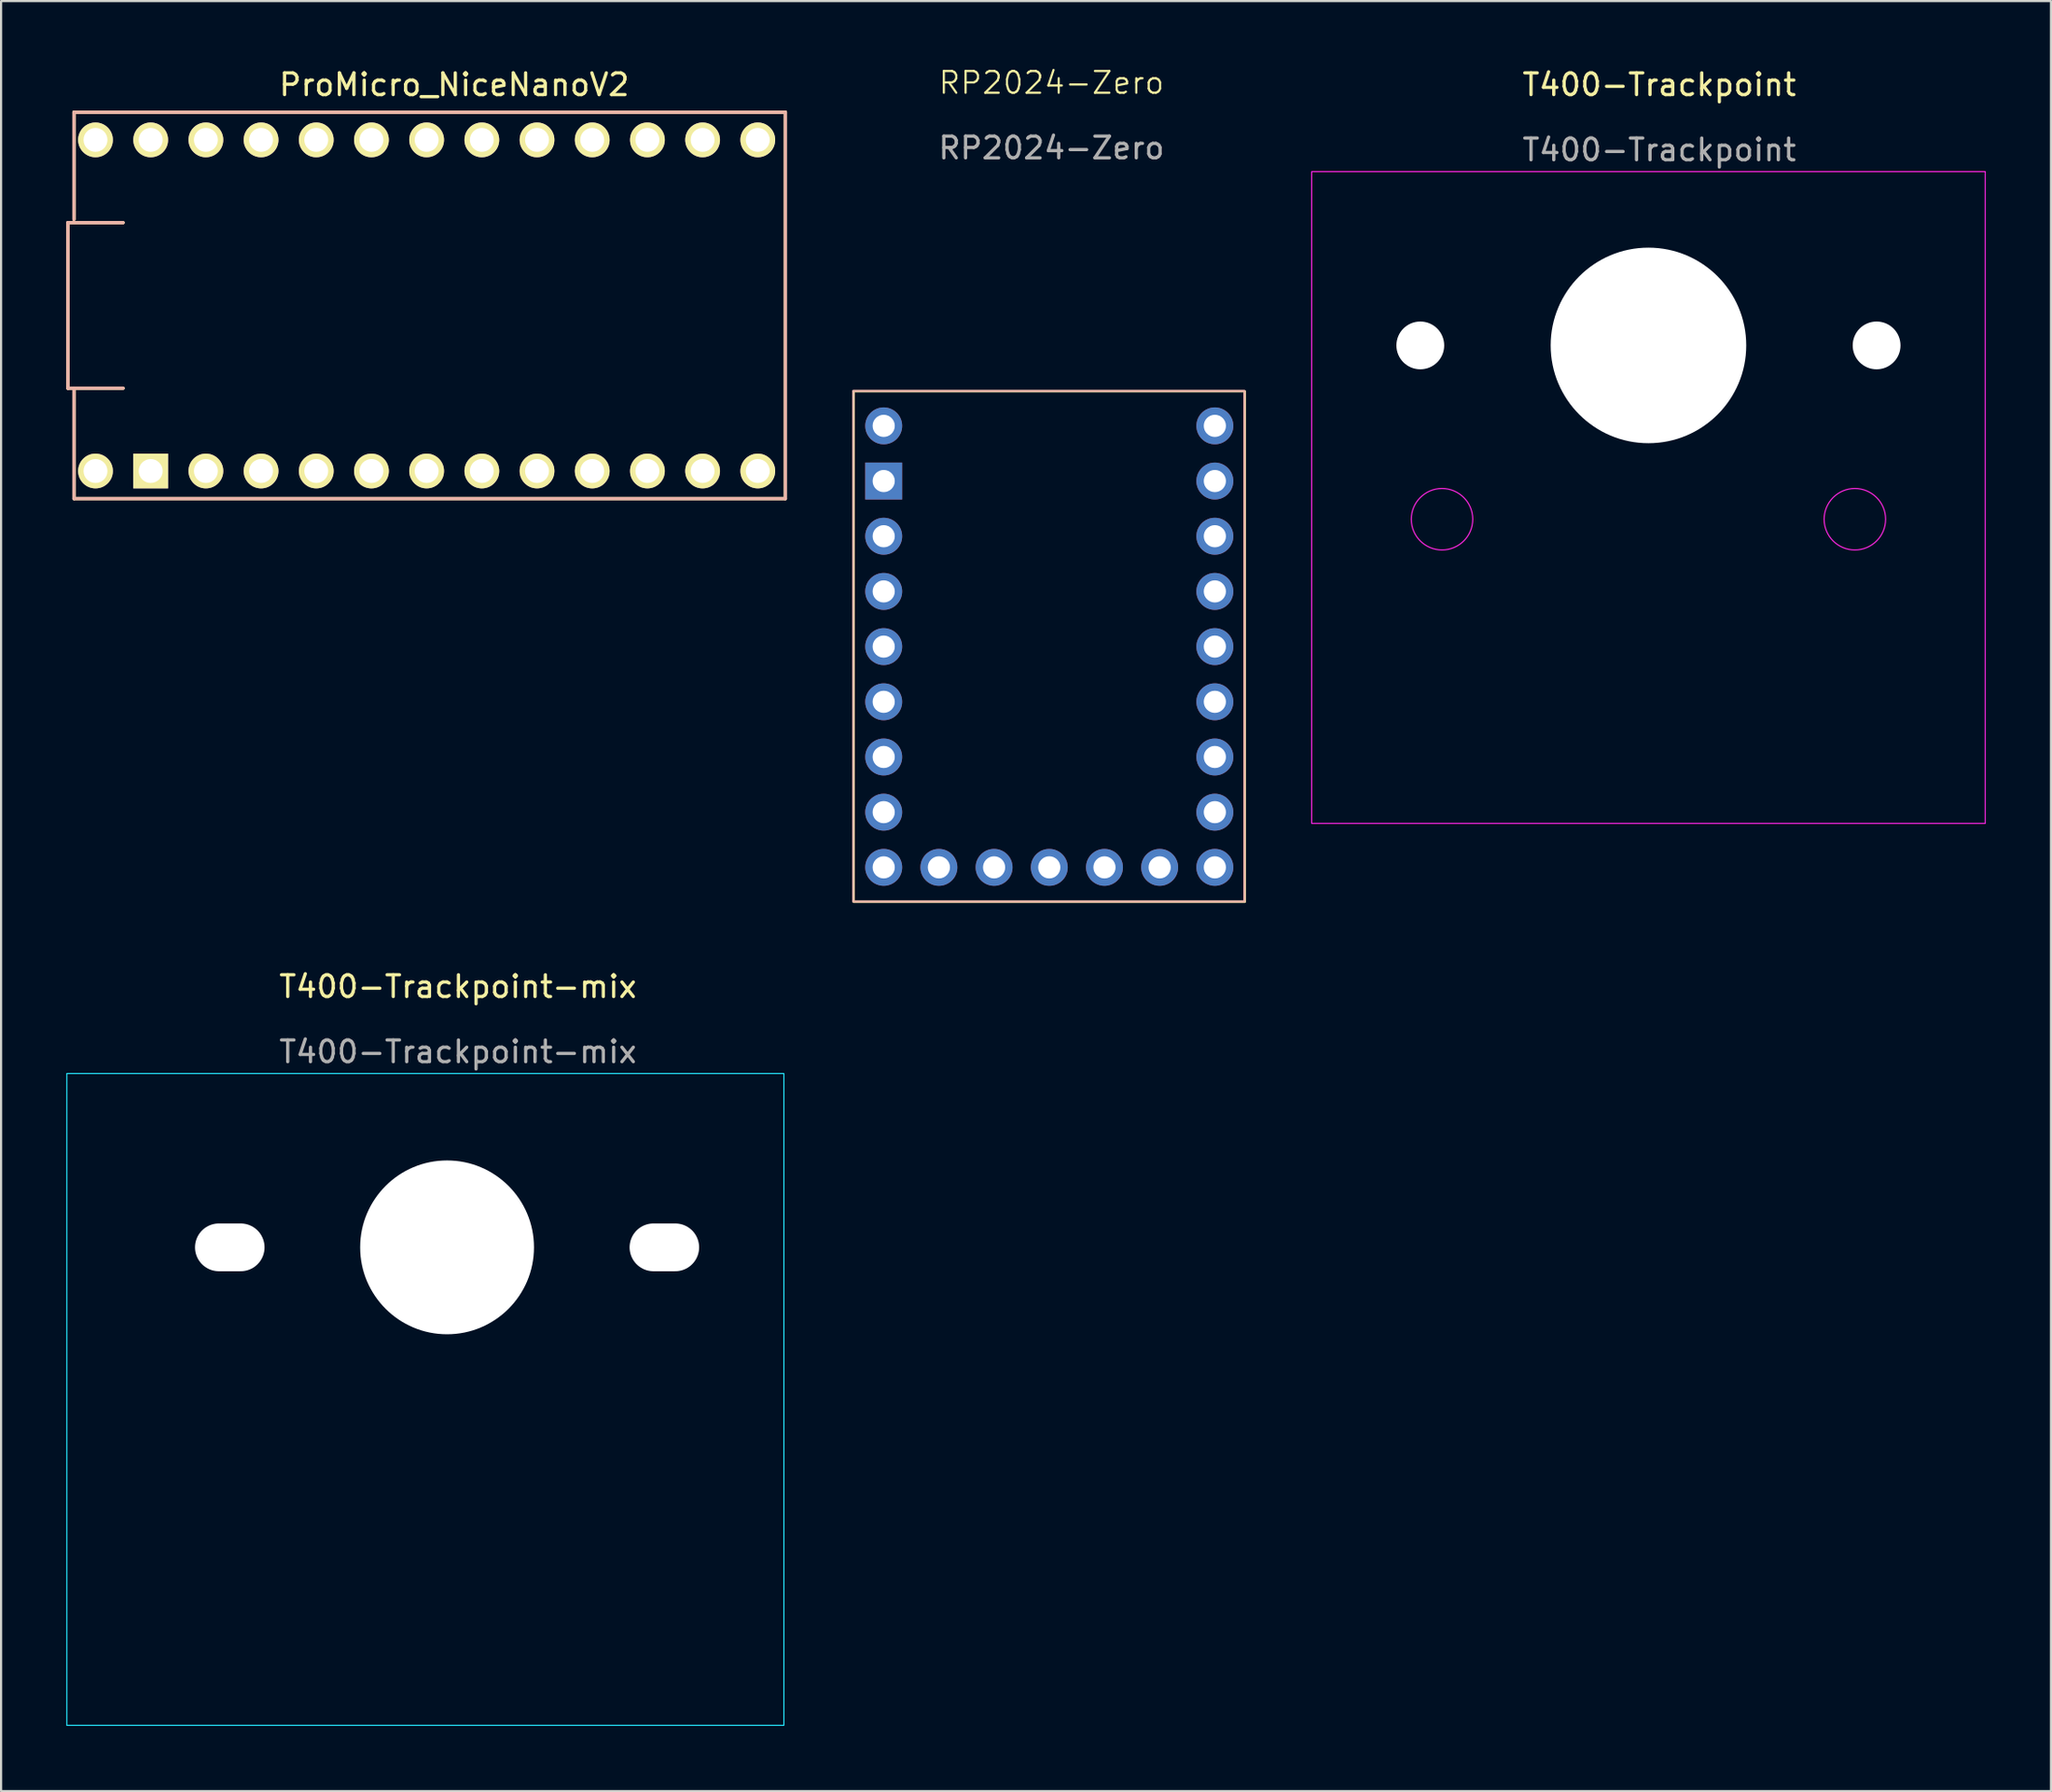
<source format=kicad_pcb>
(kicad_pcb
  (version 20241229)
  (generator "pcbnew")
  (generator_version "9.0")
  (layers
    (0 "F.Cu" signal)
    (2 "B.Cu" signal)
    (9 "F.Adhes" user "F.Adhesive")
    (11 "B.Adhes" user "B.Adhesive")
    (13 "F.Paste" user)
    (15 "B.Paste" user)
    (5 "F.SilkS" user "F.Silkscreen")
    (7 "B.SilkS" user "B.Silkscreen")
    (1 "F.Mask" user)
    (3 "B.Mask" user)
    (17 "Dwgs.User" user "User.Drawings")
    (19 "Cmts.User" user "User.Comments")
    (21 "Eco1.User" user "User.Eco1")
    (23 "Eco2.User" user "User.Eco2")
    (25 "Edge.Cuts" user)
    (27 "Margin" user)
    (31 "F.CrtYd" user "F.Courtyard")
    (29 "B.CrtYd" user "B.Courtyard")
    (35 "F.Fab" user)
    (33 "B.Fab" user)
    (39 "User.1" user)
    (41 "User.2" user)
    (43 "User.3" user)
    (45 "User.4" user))
  (footprint "T400-Trackpoint"
    (layer "F.Cu")
    (at 72.815 4.848)
    (property "Reference" "T400-Trackpoint" (at 0.5 -4 0) (unlocked yes) (layer "F.SilkS") (effects (font (size 1 1) (thickness 0.15))))
    (attr through_hole)
    (fp_rect (start -15.5 0) (end 15.5 30) (stroke (width 0.05) (type solid)) (fill no) (layer "F.CrtYd"))
    (fp_circle (center -9.5 16) (end -8.5 17) (stroke (width 0.05) (type solid)) (fill no) (layer "F.CrtYd"))
    (fp_circle (center 9.5 16) (end 10.5 17) (stroke (width 0.05) (type solid)) (fill no) (layer "F.CrtYd"))
    (fp_text user "${REFERENCE}" (at 0.5 -1 0) (unlocked yes) (layer "F.Fab") (effects (font (size 1 1) (thickness 0.15))))
    (pad "" np_thru_hole circle (at -10.5 8) (size 2.2 2.2) (drill 2.2) (layers "*.Cu" "*.Mask"))
    (pad "" np_thru_hole circle (at 0 8) (size 9 9) (drill 9) (layers "*.Cu" "*.Mask"))
    (pad "" np_thru_hole circle (at 10.5 8) (size 2.2 2.2) (drill 2.2) (layers "*.Cu" "*.Mask")))
  (footprint "T400-Trackpoint-mix"
    (layer "F.Cu")
    (at 17.525 46.359)
    (property "Reference" "T400-Trackpoint-mix" (at 0.5 -4 0) (unlocked yes) (layer "F.SilkS") (effects (font (size 1 1) (thickness 0.15))))
    (attr through_hole)
    (fp_rect (start -17.5 0) (end 15.5 30) (stroke (width 0.05) (type solid)) (fill no) (layer "B.CrtYd"))
    (fp_line (start -9.5 5.5) (end 9.5 5.5) (stroke (width 0.12) (type solid)) (layer "User.1"))
    (fp_line (start -9.5 10.5) (end 9.5 10.5) (stroke (width 0.12) (type solid)) (layer "User.1"))
    (fp_rect (start -17.5 0) (end 15.5 30) (stroke (width 0.05) (type solid)) (fill no) (layer "User.1"))
    (fp_arc (start -9.5 10.5) (mid -12 8) (end -9.5 5.5) (stroke (width 0.12) (type solid)) (layer "User.1"))
    (fp_arc (start 9.5 5.5) (mid 12 8) (end 9.5 10.5) (stroke (width 0.12) (type solid)) (layer "User.1"))
    (fp_circle (center -9.5 16) (end -8.086 16) (stroke (width 0.05) (type solid)) (fill no) (layer "User.1"))
    (fp_circle (center 0 8) (end 4 8) (stroke (width 0.1) (type default)) (fill no) (layer "User.1"))
    (fp_circle (center 9.5 16) (end 10.914 16) (stroke (width 0.05) (type solid)) (fill no) (layer "User.1"))
    (fp_text user "${REFERENCE}" (at 0.5 -1 0) (unlocked yes) (layer "F.Fab") (effects (font (size 1 1) (thickness 0.15))))
    (pad "" np_thru_hole oval (at -10 8) (size 3.2 2.2) (drill oval 3.2 2.2) (layers "*.Cu" "*.Mask"))
    (pad "" np_thru_hole circle (at 0 8) (size 8 8) (drill 8) (layers "*.Cu" "*.Mask"))
    (pad "" np_thru_hole oval (at 10 8) (size 3.2 2.2) (drill oval 3.2 2.2) (layers "*.Cu" "*.Mask")))
  (footprint "RP2024-Zero"
    (layer "F.Cu")
    (at 45.24 14.96)
    (property "Reference" "RP2024-Zero" (at 0.1 -14.2 0) (unlocked yes) (layer "F.SilkS") (effects (font (size 1 1) (thickness 0.1))))
    (attr through_hole)
    (fp_rect (start -9 0) (end 9 23.5) (stroke (width 0.1) (type default)) (fill no) (layer "F.SilkS"))
    (fp_rect (start -9.02 -0.02) (end 8.98 23.48) (stroke (width 0.1) (type default)) (fill no) (layer "B.SilkS"))
    (fp_text user "${REFERENCE}" (at 0.1 -11.2 0) (unlocked yes) (layer "F.Fab") (effects (font (size 1 1) (thickness 0.15))))
    (pad "1" thru_hole oval (at -7.62 1.59) (size 1.7 1.7) (drill 1.02) (layers "*.Cu" "*.Mask"))
    (pad "2" thru_hole rect (at -7.62 4.13) (size 1.7 1.7) (drill 1.02) (layers "*.Cu" "*.Mask"))
    (pad "3" thru_hole oval (at -7.62 6.67) (size 1.7 1.7) (drill 1.02) (layers "*.Cu" "*.Mask"))
    (pad "4" thru_hole oval (at -7.62 9.21) (size 1.7 1.7) (drill 1.02) (layers "*.Cu" "*.Mask"))
    (pad "5" thru_hole oval (at -7.62 11.75) (size 1.7 1.7) (drill 1.02) (layers "*.Cu" "*.Mask"))
    (pad "6" thru_hole oval (at -7.62 14.29) (size 1.7 1.7) (drill 1.02) (layers "*.Cu" "*.Mask"))
    (pad "7" thru_hole oval (at -7.62 16.83) (size 1.7 1.7) (drill 1.02) (layers "*.Cu" "*.Mask"))
    (pad "8" thru_hole oval (at -7.62 19.37) (size 1.7 1.7) (drill 1.02) (layers "*.Cu" "*.Mask"))
    (pad "9" thru_hole oval (at -7.62 21.91) (size 1.7 1.7) (drill 1.02) (layers "*.Cu" "*.Mask"))
    (pad "10" thru_hole oval (at -5.08 21.91) (size 1.7 1.7) (drill 1.02) (layers "*.Cu" "*.Mask"))
    (pad "11" thru_hole oval (at -2.54 21.91) (size 1.7 1.7) (drill 1.02) (layers "*.Cu" "*.Mask"))
    (pad "12" thru_hole oval (at 0 21.91) (size 1.7 1.7) (drill 1.02) (layers "*.Cu" "*.Mask"))
    (pad "13" thru_hole oval (at 2.54 21.91) (size 1.7 1.7) (drill 1.02) (layers "*.Cu" "*.Mask"))
    (pad "14" thru_hole oval (at 5.08 21.91) (size 1.7 1.7) (drill 1.02) (layers "*.Cu" "*.Mask"))
    (pad "15" thru_hole oval (at 7.62 21.91) (size 1.7 1.7) (drill 1.02) (layers "*.Cu" "*.Mask"))
    (pad "16" thru_hole oval (at 7.62 19.37) (size 1.7 1.7) (drill 1.02) (layers "*.Cu" "*.Mask"))
    (pad "17" thru_hole oval (at 7.62 16.83) (size 1.7 1.7) (drill 1.02) (layers "*.Cu" "*.Mask"))
    (pad "18" thru_hole oval (at 7.62 14.29) (size 1.7 1.7) (drill 1.02) (layers "*.Cu" "*.Mask"))
    (pad "19" thru_hole oval (at 7.62 11.75) (size 1.7 1.7) (drill 1.02) (layers "*.Cu" "*.Mask"))
    (pad "20" thru_hole oval (at 7.62 9.21) (size 1.7 1.7) (drill 1.02) (layers "*.Cu" "*.Mask"))
    (pad "21" thru_hole oval (at 7.62 6.67) (size 1.7 1.7) (drill 1.02) (layers "*.Cu" "*.Mask"))
    (pad "22" thru_hole oval (at 7.62 4.13) (size 1.7 1.7) (drill 1.02) (layers "*.Cu" "*.Mask"))
    (pad "23" thru_hole oval (at 7.62 1.59) (size 1.7 1.7) (drill 1.02) (layers "*.Cu" "*.Mask")))
  (footprint "ProMicro_NiceNanoV2"
    (layer "F.Cu")
    (at 17.855 11.008)
    (property "Reference" "ProMicro_NiceNanoV2" (at 0 -10.16 0) (layer "F.SilkS") (effects (font (size 1 1) (thickness 0.15))))
    (attr through_hole)
    (fp_line (start -17.78 -3.81) (end -15.24 -3.81) (stroke (width 0.15) (type solid)) (layer "F.SilkS"))
    (fp_line (start -17.78 3.81) (end -17.78 -3.81) (stroke (width 0.15) (type solid)) (layer "F.SilkS"))
    (fp_line (start -17.5 -8.89) (end 15.24 -8.89) (stroke (width 0.15) (type solid)) (layer "F.SilkS"))
    (fp_line (start -17.5 -3.96) (end -17.5 -8.89) (stroke (width 0.15) (type solid)) (layer "F.SilkS"))
    (fp_line (start -17.5 8.89) (end -17.5 3.81) (stroke (width 0.15) (type solid)) (layer "F.SilkS"))
    (fp_line (start -17.5 8.89) (end 15.24 8.89) (stroke (width 0.15) (type solid)) (layer "F.SilkS"))
    (fp_line (start -15.24 3.81) (end -17.78 3.81) (stroke (width 0.15) (type solid)) (layer "F.SilkS"))
    (fp_line (start 15.24 -8.89) (end 15.24 8.89) (stroke (width 0.15) (type solid)) (layer "F.SilkS"))
    (fp_line (start -17.78 -3.81) (end -15.24 -3.81) (stroke (width 0.15) (type solid)) (layer "B.SilkS"))
    (fp_line (start -17.78 3.81) (end -17.78 -3.81) (stroke (width 0.15) (type solid)) (layer "B.SilkS"))
    (fp_line (start -17.5 -8.89) (end 15.24 -8.89) (stroke (width 0.15) (type solid)) (layer "B.SilkS"))
    (fp_line (start -17.5 -3.96) (end -17.5 -8.89) (stroke (width 0.15) (type solid)) (layer "B.SilkS"))
    (fp_line (start -17.5 8.89) (end -17.5 3.81) (stroke (width 0.15) (type solid)) (layer "B.SilkS"))
    (fp_line (start -15.24 3.81) (end -17.78 3.81) (stroke (width 0.15) (type solid)) (layer "B.SilkS"))
    (fp_line (start 15.24 -8.89) (end 15.24 8.89) (stroke (width 0.15) (type solid)) (layer "B.SilkS"))
    (fp_line (start 15.24 8.89) (end -17.5 8.89) (stroke (width 0.15) (type solid)) (layer "B.SilkS"))
    (pad "1" thru_hole rect (at -13.97 7.62) (size 1.6 1.6) (drill 1.1) (layers "*.Cu" "*.Mask" "F.SilkS"))
    (pad "2" thru_hole circle (at -11.43 7.62) (size 1.6 1.6) (drill 1.1) (layers "*.Cu" "*.Mask" "F.SilkS"))
    (pad "3" thru_hole circle (at -8.89 7.62) (size 1.6 1.6) (drill 1.1) (layers "*.Cu" "*.Mask" "F.SilkS"))
    (pad "4" thru_hole circle (at -6.35 7.62) (size 1.6 1.6) (drill 1.1) (layers "*.Cu" "*.Mask" "F.SilkS"))
    (pad "5" thru_hole circle (at -3.81 7.62) (size 1.6 1.6) (drill 1.1) (layers "*.Cu" "*.Mask" "F.SilkS"))
    (pad "6" thru_hole circle (at -1.27 7.62) (size 1.6 1.6) (drill 1.1) (layers "*.Cu" "*.Mask" "F.SilkS"))
    (pad "7" thru_hole circle (at 1.27 7.62) (size 1.6 1.6) (drill 1.1) (layers "*.Cu" "*.Mask" "F.SilkS"))
    (pad "8" thru_hole circle (at 3.81 7.62) (size 1.6 1.6) (drill 1.1) (layers "*.Cu" "*.Mask" "F.SilkS"))
    (pad "9" thru_hole circle (at 6.35 7.62) (size 1.6 1.6) (drill 1.1) (layers "*.Cu" "*.Mask" "F.SilkS"))
    (pad "10" thru_hole circle (at 8.89 7.62) (size 1.6 1.6) (drill 1.1) (layers "*.Cu" "*.Mask" "F.SilkS"))
    (pad "11" thru_hole circle (at 11.43 7.62) (size 1.6 1.6) (drill 1.1) (layers "*.Cu" "*.Mask" "F.SilkS"))
    (pad "12" thru_hole circle (at 13.97 7.62) (size 1.6 1.6) (drill 1.1) (layers "*.Cu" "*.Mask" "F.SilkS"))
    (pad "13" thru_hole circle (at 13.97 -7.62) (size 1.6 1.6) (drill 1.1) (layers "*.Cu" "*.Mask" "F.SilkS"))
    (pad "14" thru_hole circle (at 11.43 -7.62) (size 1.6 1.6) (drill 1.1) (layers "*.Cu" "*.Mask" "F.SilkS"))
    (pad "15" thru_hole circle (at 8.89 -7.62) (size 1.6 1.6) (drill 1.1) (layers "*.Cu" "*.Mask" "F.SilkS"))
    (pad "16" thru_hole circle (at 6.35 -7.62) (size 1.6 1.6) (drill 1.1) (layers "*.Cu" "*.Mask" "F.SilkS"))
    (pad "17" thru_hole circle (at 3.81 -7.62) (size 1.6 1.6) (drill 1.1) (layers "*.Cu" "*.Mask" "F.SilkS"))
    (pad "18" thru_hole circle (at 1.27 -7.62) (size 1.6 1.6) (drill 1.1) (layers "*.Cu" "*.Mask" "F.SilkS"))
    (pad "19" thru_hole circle (at -1.27 -7.62) (size 1.6 1.6) (drill 1.1) (layers "*.Cu" "*.Mask" "F.SilkS"))
    (pad "20" thru_hole circle (at -3.81 -7.62) (size 1.6 1.6) (drill 1.1) (layers "*.Cu" "*.Mask" "F.SilkS"))
    (pad "21" thru_hole circle (at -6.35 -7.62) (size 1.6 1.6) (drill 1.1) (layers "*.Cu" "*.Mask" "F.SilkS"))
    (pad "22" thru_hole circle (at -8.89 -7.62) (size 1.6 1.6) (drill 1.1) (layers "*.Cu" "*.Mask" "F.SilkS"))
    (pad "23" thru_hole circle (at -11.43 -7.62) (size 1.6 1.6) (drill 1.1) (layers "*.Cu" "*.Mask" "F.SilkS"))
    (pad "24" thru_hole circle (at -13.97 -7.62) (size 1.6 1.6) (drill 1.1) (layers "*.Cu" "*.Mask" "F.SilkS"))
    (pad "25" thru_hole circle (at -16.51 -7.62) (size 1.6 1.6) (drill 1.1) (layers "*.Cu" "*.Mask" "F.SilkS"))
    (pad "26" thru_hole circle (at -16.51 7.62) (size 1.6 1.6) (drill 1.1) (layers "*.Cu" "*.Mask" "F.SilkS")))
  (gr_rect
    (start -3 -3)
    (end 91.34 79.384)
    (stroke (width 0.1) (type default))
    (fill no)
    (layer "Edge.Cuts")))
</source>
